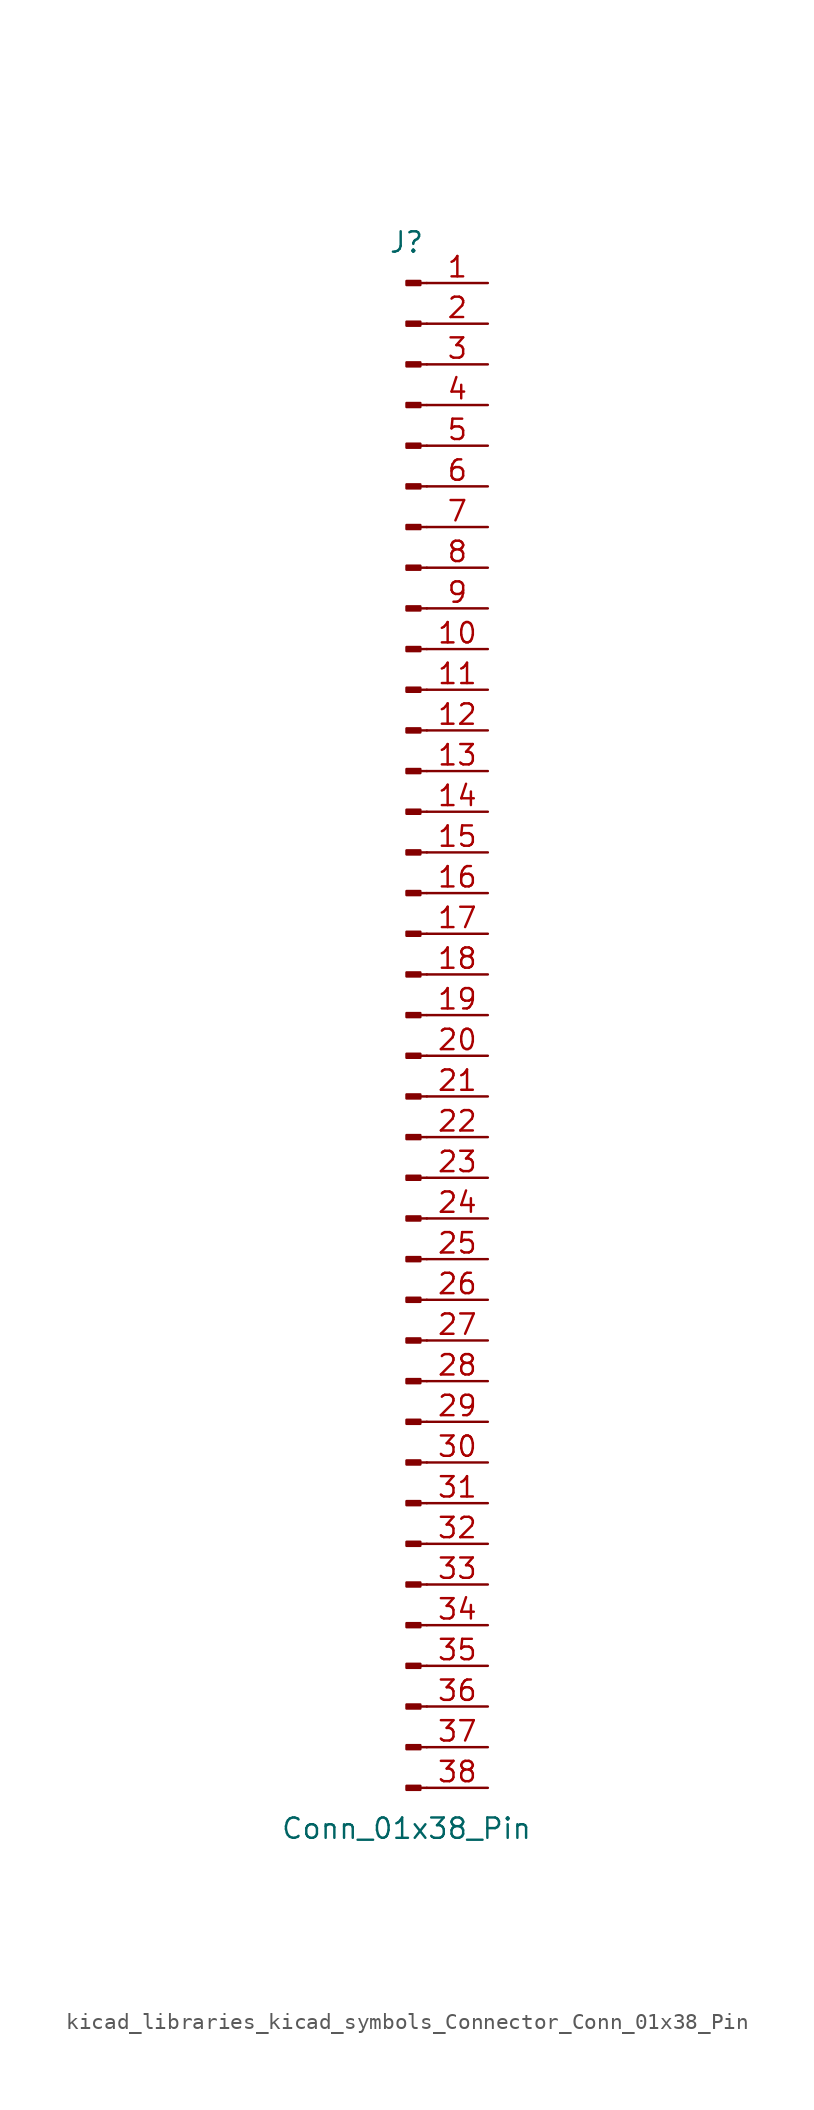
<source format=kicad_sym>
(kicad_symbol_lib
  (version 20220914)
  (generator kicad_symbol_editor)
  (symbol "kicad_libraries_kicad_symbols_Connector_Conn_01x38_Pin"
    (pin_names
      (offset 1.016) hide)
    (property "Reference" "J"
      (at 0 48.26 0)
      (effects (font (size 1.27 1.27))))
    (property "Value" "Conn_01x38_Pin"
      (at 0 -50.8 0)
      (effects (font (size 1.27 1.27))))
    (property "ki_locked" ""
      (at 0 0 0)
      (effects (font (size 1.27 1.27))))
    (symbol "kicad_libraries_kicad_symbols_Connector_Conn_01x38_Pin_1_1"
      (polyline (pts (xy 1.27 -48.26) (xy 0.864 -48.26)) (stroke (width 0.152) (type default)) (fill (type none)))
      (polyline (pts (xy 1.27 -45.72) (xy 0.864 -45.72)) (stroke (width 0.152) (type default)) (fill (type none)))
      (polyline (pts (xy 1.27 -43.18) (xy 0.864 -43.18)) (stroke (width 0.152) (type default)) (fill (type none)))
      (polyline (pts (xy 1.27 -40.64) (xy 0.864 -40.64)) (stroke (width 0.152) (type default)) (fill (type none)))
      (polyline (pts (xy 1.27 -38.1) (xy 0.864 -38.1)) (stroke (width 0.152) (type default)) (fill (type none)))
      (polyline (pts (xy 1.27 -35.56) (xy 0.864 -35.56)) (stroke (width 0.152) (type default)) (fill (type none)))
      (polyline (pts (xy 1.27 -33.02) (xy 0.864 -33.02)) (stroke (width 0.152) (type default)) (fill (type none)))
      (polyline (pts (xy 1.27 -30.48) (xy 0.864 -30.48)) (stroke (width 0.152) (type default)) (fill (type none)))
      (polyline (pts (xy 1.27 -27.94) (xy 0.864 -27.94)) (stroke (width 0.152) (type default)) (fill (type none)))
      (polyline (pts (xy 1.27 -25.4) (xy 0.864 -25.4)) (stroke (width 0.152) (type default)) (fill (type none)))
      (polyline (pts (xy 1.27 -22.86) (xy 0.864 -22.86)) (stroke (width 0.152) (type default)) (fill (type none)))
      (polyline (pts (xy 1.27 -20.32) (xy 0.864 -20.32)) (stroke (width 0.152) (type default)) (fill (type none)))
      (polyline (pts (xy 1.27 -17.78) (xy 0.864 -17.78)) (stroke (width 0.152) (type default)) (fill (type none)))
      (polyline (pts (xy 1.27 -15.24) (xy 0.864 -15.24)) (stroke (width 0.152) (type default)) (fill (type none)))
      (polyline (pts (xy 1.27 -12.7) (xy 0.864 -12.7)) (stroke (width 0.152) (type default)) (fill (type none)))
      (polyline (pts (xy 1.27 -10.16) (xy 0.864 -10.16)) (stroke (width 0.152) (type default)) (fill (type none)))
      (polyline (pts (xy 1.27 -7.62) (xy 0.864 -7.62)) (stroke (width 0.152) (type default)) (fill (type none)))
      (polyline (pts (xy 1.27 -5.08) (xy 0.864 -5.08)) (stroke (width 0.152) (type default)) (fill (type none)))
      (polyline (pts (xy 1.27 -2.54) (xy 0.864 -2.54)) (stroke (width 0.152) (type default)) (fill (type none)))
      (polyline (pts (xy 1.27 0) (xy 0.864 0)) (stroke (width 0.152) (type default)) (fill (type none)))
      (polyline (pts (xy 1.27 2.54) (xy 0.864 2.54)) (stroke (width 0.152) (type default)) (fill (type none)))
      (polyline (pts (xy 1.27 5.08) (xy 0.864 5.08)) (stroke (width 0.152) (type default)) (fill (type none)))
      (polyline (pts (xy 1.27 7.62) (xy 0.864 7.62)) (stroke (width 0.152) (type default)) (fill (type none)))
      (polyline (pts (xy 1.27 10.16) (xy 0.864 10.16)) (stroke (width 0.152) (type default)) (fill (type none)))
      (polyline (pts (xy 1.27 12.7) (xy 0.864 12.7)) (stroke (width 0.152) (type default)) (fill (type none)))
      (polyline (pts (xy 1.27 15.24) (xy 0.864 15.24)) (stroke (width 0.152) (type default)) (fill (type none)))
      (polyline (pts (xy 1.27 17.78) (xy 0.864 17.78)) (stroke (width 0.152) (type default)) (fill (type none)))
      (polyline (pts (xy 1.27 20.32) (xy 0.864 20.32)) (stroke (width 0.152) (type default)) (fill (type none)))
      (polyline (pts (xy 1.27 22.86) (xy 0.864 22.86)) (stroke (width 0.152) (type default)) (fill (type none)))
      (polyline (pts (xy 1.27 25.4) (xy 0.864 25.4)) (stroke (width 0.152) (type default)) (fill (type none)))
      (polyline (pts (xy 1.27 27.94) (xy 0.864 27.94)) (stroke (width 0.152) (type default)) (fill (type none)))
      (polyline (pts (xy 1.27 30.48) (xy 0.864 30.48)) (stroke (width 0.152) (type default)) (fill (type none)))
      (polyline (pts (xy 1.27 33.02) (xy 0.864 33.02)) (stroke (width 0.152) (type default)) (fill (type none)))
      (polyline (pts (xy 1.27 35.56) (xy 0.864 35.56)) (stroke (width 0.152) (type default)) (fill (type none)))
      (polyline (pts (xy 1.27 38.1) (xy 0.864 38.1)) (stroke (width 0.152) (type default)) (fill (type none)))
      (polyline (pts (xy 1.27 40.64) (xy 0.864 40.64)) (stroke (width 0.152) (type default)) (fill (type none)))
      (polyline (pts (xy 1.27 43.18) (xy 0.864 43.18)) (stroke (width 0.152) (type default)) (fill (type none)))
      (polyline (pts (xy 1.27 45.72) (xy 0.864 45.72)) (stroke (width 0.152) (type default)) (fill (type none)))
      (rectangle (start 0.864 -48.133) (end 0 -48.387) (stroke (width 0.152) (type default)) (fill (type outline)))
      (rectangle (start 0.864 -45.593) (end 0 -45.847) (stroke (width 0.152) (type default)) (fill (type outline)))
      (rectangle (start 0.864 -43.053) (end 0 -43.307) (stroke (width 0.152) (type default)) (fill (type outline)))
      (rectangle (start 0.864 -40.513) (end 0 -40.767) (stroke (width 0.152) (type default)) (fill (type outline)))
      (rectangle (start 0.864 -37.973) (end 0 -38.227) (stroke (width 0.152) (type default)) (fill (type outline)))
      (rectangle (start 0.864 -35.433) (end 0 -35.687) (stroke (width 0.152) (type default)) (fill (type outline)))
      (rectangle (start 0.864 -32.893) (end 0 -33.147) (stroke (width 0.152) (type default)) (fill (type outline)))
      (rectangle (start 0.864 -30.353) (end 0 -30.607) (stroke (width 0.152) (type default)) (fill (type outline)))
      (rectangle (start 0.864 -27.813) (end 0 -28.067) (stroke (width 0.152) (type default)) (fill (type outline)))
      (rectangle (start 0.864 -25.273) (end 0 -25.527) (stroke (width 0.152) (type default)) (fill (type outline)))
      (rectangle (start 0.864 -22.733) (end 0 -22.987) (stroke (width 0.152) (type default)) (fill (type outline)))
      (rectangle (start 0.864 -20.193) (end 0 -20.447) (stroke (width 0.152) (type default)) (fill (type outline)))
      (rectangle (start 0.864 -17.653) (end 0 -17.907) (stroke (width 0.152) (type default)) (fill (type outline)))
      (rectangle (start 0.864 -15.113) (end 0 -15.367) (stroke (width 0.152) (type default)) (fill (type outline)))
      (rectangle (start 0.864 -12.573) (end 0 -12.827) (stroke (width 0.152) (type default)) (fill (type outline)))
      (rectangle (start 0.864 -10.033) (end 0 -10.287) (stroke (width 0.152) (type default)) (fill (type outline)))
      (rectangle (start 0.864 -7.493) (end 0 -7.747) (stroke (width 0.152) (type default)) (fill (type outline)))
      (rectangle (start 0.864 -4.953) (end 0 -5.207) (stroke (width 0.152) (type default)) (fill (type outline)))
      (rectangle (start 0.864 -2.413) (end 0 -2.667) (stroke (width 0.152) (type default)) (fill (type outline)))
      (rectangle (start 0.864 0.127) (end 0 -0.127) (stroke (width 0.152) (type default)) (fill (type outline)))
      (rectangle (start 0.864 2.667) (end 0 2.413) (stroke (width 0.152) (type default)) (fill (type outline)))
      (rectangle (start 0.864 5.207) (end 0 4.953) (stroke (width 0.152) (type default)) (fill (type outline)))
      (rectangle (start 0.864 7.747) (end 0 7.493) (stroke (width 0.152) (type default)) (fill (type outline)))
      (rectangle (start 0.864 10.287) (end 0 10.033) (stroke (width 0.152) (type default)) (fill (type outline)))
      (rectangle (start 0.864 12.827) (end 0 12.573) (stroke (width 0.152) (type default)) (fill (type outline)))
      (rectangle (start 0.864 15.367) (end 0 15.113) (stroke (width 0.152) (type default)) (fill (type outline)))
      (rectangle (start 0.864 17.907) (end 0 17.653) (stroke (width 0.152) (type default)) (fill (type outline)))
      (rectangle (start 0.864 20.447) (end 0 20.193) (stroke (width 0.152) (type default)) (fill (type outline)))
      (rectangle (start 0.864 22.987) (end 0 22.733) (stroke (width 0.152) (type default)) (fill (type outline)))
      (rectangle (start 0.864 25.527) (end 0 25.273) (stroke (width 0.152) (type default)) (fill (type outline)))
      (rectangle (start 0.864 28.067) (end 0 27.813) (stroke (width 0.152) (type default)) (fill (type outline)))
      (rectangle (start 0.864 30.607) (end 0 30.353) (stroke (width 0.152) (type default)) (fill (type outline)))
      (rectangle (start 0.864 33.147) (end 0 32.893) (stroke (width 0.152) (type default)) (fill (type outline)))
      (rectangle (start 0.864 35.687) (end 0 35.433) (stroke (width 0.152) (type default)) (fill (type outline)))
      (rectangle (start 0.864 38.227) (end 0 37.973) (stroke (width 0.152) (type default)) (fill (type outline)))
      (rectangle (start 0.864 40.767) (end 0 40.513) (stroke (width 0.152) (type default)) (fill (type outline)))
      (rectangle (start 0.864 43.307) (end 0 43.053) (stroke (width 0.152) (type default)) (fill (type outline)))
      (rectangle (start 0.864 45.847) (end 0 45.593) (stroke (width 0.152) (type default)) (fill (type outline)))
      (pin passive line (at 5.08 45.72 180) (length 3.81) (name "Pin_1" (effects (font (size 1.27 1.27)))) (number "1" (effects (font (size 1.27 1.27)))))
      (pin passive line (at 5.08 22.86 180) (length 3.81) (name "Pin_10" (effects (font (size 1.27 1.27)))) (number "10" (effects (font (size 1.27 1.27)))))
      (pin passive line (at 5.08 20.32 180) (length 3.81) (name "Pin_11" (effects (font (size 1.27 1.27)))) (number "11" (effects (font (size 1.27 1.27)))))
      (pin passive line (at 5.08 17.78 180) (length 3.81) (name "Pin_12" (effects (font (size 1.27 1.27)))) (number "12" (effects (font (size 1.27 1.27)))))
      (pin passive line (at 5.08 15.24 180) (length 3.81) (name "Pin_13" (effects (font (size 1.27 1.27)))) (number "13" (effects (font (size 1.27 1.27)))))
      (pin passive line (at 5.08 12.7 180) (length 3.81) (name "Pin_14" (effects (font (size 1.27 1.27)))) (number "14" (effects (font (size 1.27 1.27)))))
      (pin passive line (at 5.08 10.16 180) (length 3.81) (name "Pin_15" (effects (font (size 1.27 1.27)))) (number "15" (effects (font (size 1.27 1.27)))))
      (pin passive line (at 5.08 7.62 180) (length 3.81) (name "Pin_16" (effects (font (size 1.27 1.27)))) (number "16" (effects (font (size 1.27 1.27)))))
      (pin passive line (at 5.08 5.08 180) (length 3.81) (name "Pin_17" (effects (font (size 1.27 1.27)))) (number "17" (effects (font (size 1.27 1.27)))))
      (pin passive line (at 5.08 2.54 180) (length 3.81) (name "Pin_18" (effects (font (size 1.27 1.27)))) (number "18" (effects (font (size 1.27 1.27)))))
      (pin passive line (at 5.08 0 180) (length 3.81) (name "Pin_19" (effects (font (size 1.27 1.27)))) (number "19" (effects (font (size 1.27 1.27)))))
      (pin passive line (at 5.08 43.18 180) (length 3.81) (name "Pin_2" (effects (font (size 1.27 1.27)))) (number "2" (effects (font (size 1.27 1.27)))))
      (pin passive line (at 5.08 -2.54 180) (length 3.81) (name "Pin_20" (effects (font (size 1.27 1.27)))) (number "20" (effects (font (size 1.27 1.27)))))
      (pin passive line (at 5.08 -5.08 180) (length 3.81) (name "Pin_21" (effects (font (size 1.27 1.27)))) (number "21" (effects (font (size 1.27 1.27)))))
      (pin passive line (at 5.08 -7.62 180) (length 3.81) (name "Pin_22" (effects (font (size 1.27 1.27)))) (number "22" (effects (font (size 1.27 1.27)))))
      (pin passive line (at 5.08 -10.16 180) (length 3.81) (name "Pin_23" (effects (font (size 1.27 1.27)))) (number "23" (effects (font (size 1.27 1.27)))))
      (pin passive line (at 5.08 -12.7 180) (length 3.81) (name "Pin_24" (effects (font (size 1.27 1.27)))) (number "24" (effects (font (size 1.27 1.27)))))
      (pin passive line (at 5.08 -15.24 180) (length 3.81) (name "Pin_25" (effects (font (size 1.27 1.27)))) (number "25" (effects (font (size 1.27 1.27)))))
      (pin passive line (at 5.08 -17.78 180) (length 3.81) (name "Pin_26" (effects (font (size 1.27 1.27)))) (number "26" (effects (font (size 1.27 1.27)))))
      (pin passive line (at 5.08 -20.32 180) (length 3.81) (name "Pin_27" (effects (font (size 1.27 1.27)))) (number "27" (effects (font (size 1.27 1.27)))))
      (pin passive line (at 5.08 -22.86 180) (length 3.81) (name "Pin_28" (effects (font (size 1.27 1.27)))) (number "28" (effects (font (size 1.27 1.27)))))
      (pin passive line (at 5.08 -25.4 180) (length 3.81) (name "Pin_29" (effects (font (size 1.27 1.27)))) (number "29" (effects (font (size 1.27 1.27)))))
      (pin passive line (at 5.08 40.64 180) (length 3.81) (name "Pin_3" (effects (font (size 1.27 1.27)))) (number "3" (effects (font (size 1.27 1.27)))))
      (pin passive line (at 5.08 -27.94 180) (length 3.81) (name "Pin_30" (effects (font (size 1.27 1.27)))) (number "30" (effects (font (size 1.27 1.27)))))
      (pin passive line (at 5.08 -30.48 180) (length 3.81) (name "Pin_31" (effects (font (size 1.27 1.27)))) (number "31" (effects (font (size 1.27 1.27)))))
      (pin passive line (at 5.08 -33.02 180) (length 3.81) (name "Pin_32" (effects (font (size 1.27 1.27)))) (number "32" (effects (font (size 1.27 1.27)))))
      (pin passive line (at 5.08 -35.56 180) (length 3.81) (name "Pin_33" (effects (font (size 1.27 1.27)))) (number "33" (effects (font (size 1.27 1.27)))))
      (pin passive line (at 5.08 -38.1 180) (length 3.81) (name "Pin_34" (effects (font (size 1.27 1.27)))) (number "34" (effects (font (size 1.27 1.27)))))
      (pin passive line (at 5.08 -40.64 180) (length 3.81) (name "Pin_35" (effects (font (size 1.27 1.27)))) (number "35" (effects (font (size 1.27 1.27)))))
      (pin passive line (at 5.08 -43.18 180) (length 3.81) (name "Pin_36" (effects (font (size 1.27 1.27)))) (number "36" (effects (font (size 1.27 1.27)))))
      (pin passive line (at 5.08 -45.72 180) (length 3.81) (name "Pin_37" (effects (font (size 1.27 1.27)))) (number "37" (effects (font (size 1.27 1.27)))))
      (pin passive line (at 5.08 -48.26 180) (length 3.81) (name "Pin_38" (effects (font (size 1.27 1.27)))) (number "38" (effects (font (size 1.27 1.27)))))
      (pin passive line (at 5.08 38.1 180) (length 3.81) (name "Pin_4" (effects (font (size 1.27 1.27)))) (number "4" (effects (font (size 1.27 1.27)))))
      (pin passive line (at 5.08 35.56 180) (length 3.81) (name "Pin_5" (effects (font (size 1.27 1.27)))) (number "5" (effects (font (size 1.27 1.27)))))
      (pin passive line (at 5.08 33.02 180) (length 3.81) (name "Pin_6" (effects (font (size 1.27 1.27)))) (number "6" (effects (font (size 1.27 1.27)))))
      (pin passive line (at 5.08 30.48 180) (length 3.81) (name "Pin_7" (effects (font (size 1.27 1.27)))) (number "7" (effects (font (size 1.27 1.27)))))
      (pin passive line (at 5.08 27.94 180) (length 3.81) (name "Pin_8" (effects (font (size 1.27 1.27)))) (number "8" (effects (font (size 1.27 1.27)))))
      (pin passive line (at 5.08 25.4 180) (length 3.81) (name "Pin_9" (effects (font (size 1.27 1.27)))) (number "9" (effects (font (size 1.27 1.27))))))))
</source>
